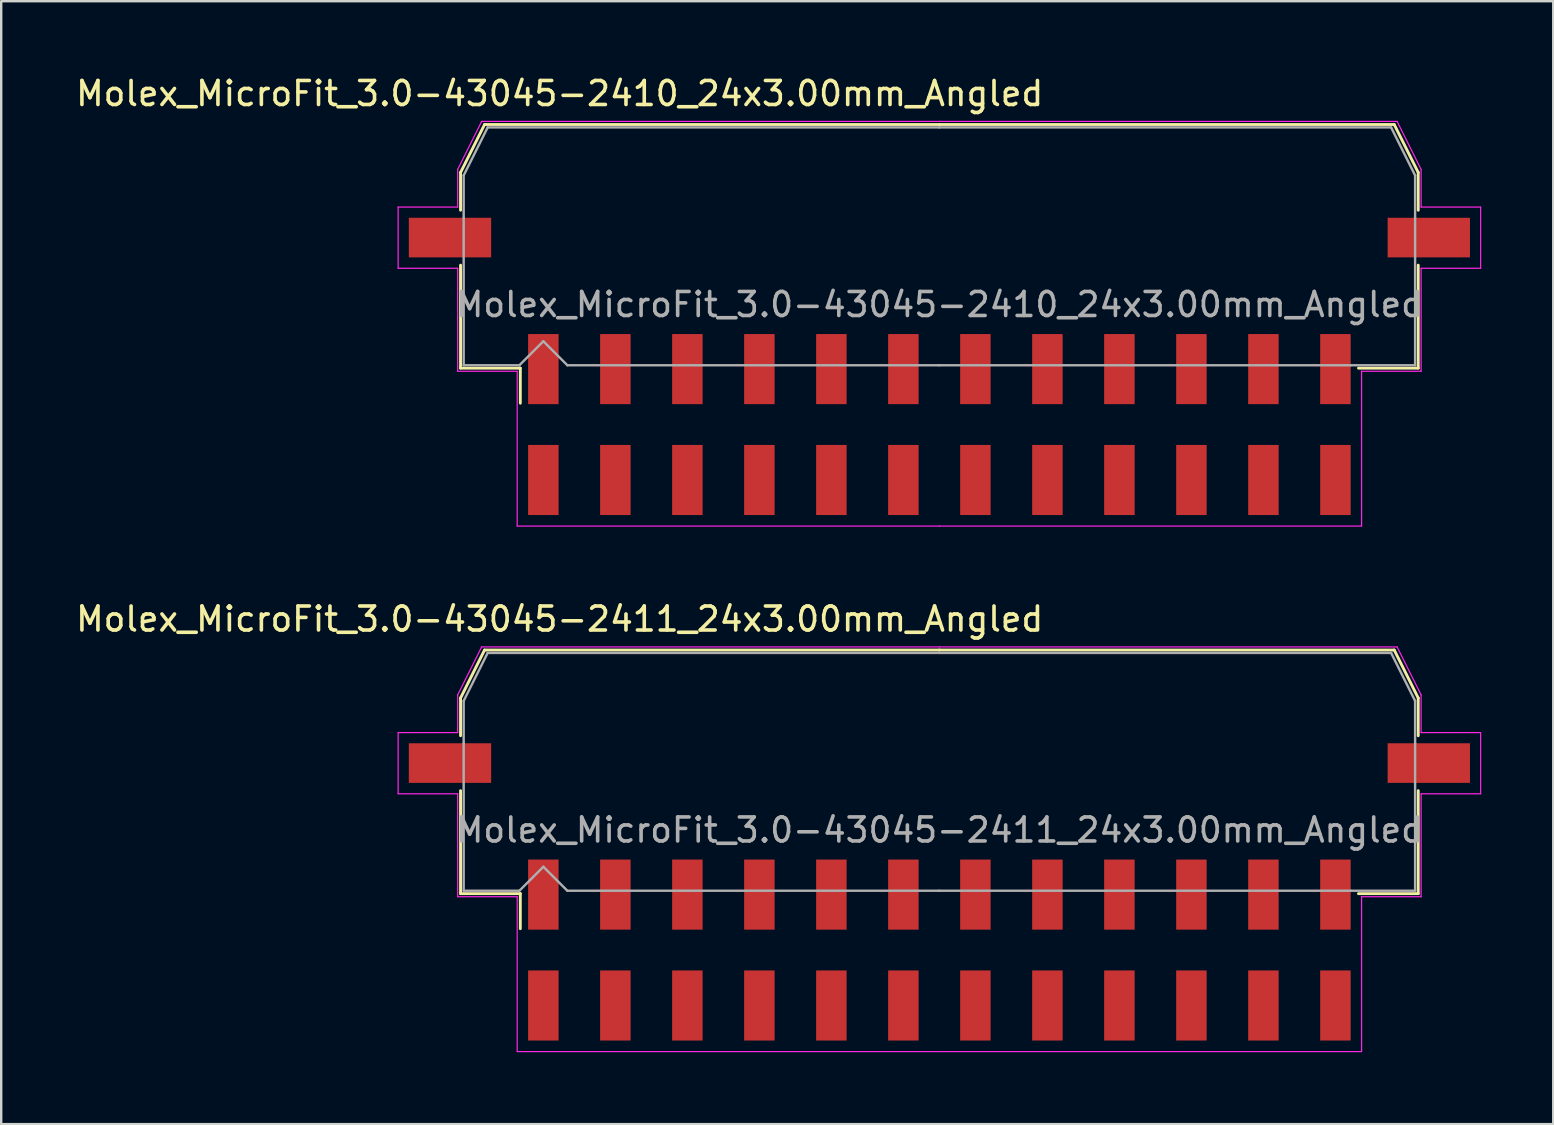
<source format=kicad_pcb>
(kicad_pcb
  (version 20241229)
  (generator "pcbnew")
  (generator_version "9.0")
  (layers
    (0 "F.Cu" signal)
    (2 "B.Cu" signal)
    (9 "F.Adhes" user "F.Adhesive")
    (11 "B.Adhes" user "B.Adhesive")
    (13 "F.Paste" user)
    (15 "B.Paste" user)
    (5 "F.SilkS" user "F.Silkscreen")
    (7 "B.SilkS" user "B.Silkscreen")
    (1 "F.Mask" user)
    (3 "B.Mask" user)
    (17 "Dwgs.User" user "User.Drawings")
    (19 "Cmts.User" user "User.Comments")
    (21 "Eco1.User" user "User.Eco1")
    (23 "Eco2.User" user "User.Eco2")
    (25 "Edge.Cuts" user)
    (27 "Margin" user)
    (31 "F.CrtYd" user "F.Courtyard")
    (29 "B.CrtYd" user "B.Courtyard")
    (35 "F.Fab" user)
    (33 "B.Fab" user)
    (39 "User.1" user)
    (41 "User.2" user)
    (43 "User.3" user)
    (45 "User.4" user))
  (footprint "Molex_MicroFit_3.0-43045-2410_24x3.00mm_Angled"
    (layer "F.Cu")
    (at 36.088 14.638)
    (property "Reference" "Molex_MicroFit_3.0-43045-2410_24x3.00mm_Angled" (at -15.82 -13.79 0) (layer "F.SilkS") (effects (font (size 1 1) (thickness 0.15))))
    (attr smd)
    (fp_line (start -19.95 -10.5) (end -19.95 -8.93) (stroke (width 0.12) (type solid)) (layer "F.SilkS"))
    (fp_line (start -19.95 -6.64) (end -19.95 -2.35) (stroke (width 0.12) (type solid)) (layer "F.SilkS"))
    (fp_line (start -19.95 -2.35) (end -17.46 -2.35) (stroke (width 0.12) (type solid)) (layer "F.SilkS"))
    (fp_line (start -18.95 -12.5) (end -19.95 -10.5) (stroke (width 0.12) (type solid)) (layer "F.SilkS"))
    (fp_line (start -17.46 -2.35) (end -17.46 -0.89) (stroke (width 0.12) (type solid)) (layer "F.SilkS"))
    (fp_line (start 0 -12.5) (end -18.95 -12.5) (stroke (width 0.12) (type solid)) (layer "F.SilkS"))
    (fp_line (start 0 -12.5) (end 18.95 -12.5) (stroke (width 0.12) (type solid)) (layer "F.SilkS"))
    (fp_line (start 18.95 -12.5) (end 19.95 -10.5) (stroke (width 0.12) (type solid)) (layer "F.SilkS"))
    (fp_line (start 19.95 -10.5) (end 19.95 -8.93) (stroke (width 0.12) (type solid)) (layer "F.SilkS"))
    (fp_line (start 19.95 -6.64) (end 19.95 -2.35) (stroke (width 0.12) (type solid)) (layer "F.SilkS"))
    (fp_line (start 19.95 -2.35) (end 17.46 -2.35) (stroke (width 0.12) (type solid)) (layer "F.SilkS"))
    (fp_line (start -22.55 -9.06) (end -22.55 -6.51) (stroke (width 0.05) (type solid)) (layer "F.CrtYd"))
    (fp_line (start -22.55 -6.51) (end -20.07 -6.51) (stroke (width 0.05) (type solid)) (layer "F.CrtYd"))
    (fp_line (start -20.07 -10.63) (end -20.07 -9.06) (stroke (width 0.05) (type solid)) (layer "F.CrtYd"))
    (fp_line (start -20.07 -9.06) (end -22.55 -9.06) (stroke (width 0.05) (type solid)) (layer "F.CrtYd"))
    (fp_line (start -20.07 -6.51) (end -20.07 -2.22) (stroke (width 0.05) (type solid)) (layer "F.CrtYd"))
    (fp_line (start -20.07 -2.22) (end -17.59 -2.22) (stroke (width 0.05) (type solid)) (layer "F.CrtYd"))
    (fp_line (start -19.07 -12.63) (end -20.07 -10.63) (stroke (width 0.05) (type solid)) (layer "F.CrtYd"))
    (fp_line (start -17.59 -2.22) (end -17.59 4.23) (stroke (width 0.05) (type solid)) (layer "F.CrtYd"))
    (fp_line (start -17.59 4.23) (end 0 4.23) (stroke (width 0.05) (type solid)) (layer "F.CrtYd"))
    (fp_line (start 0 -12.63) (end -19.07 -12.63) (stroke (width 0.05) (type solid)) (layer "F.CrtYd"))
    (fp_line (start 0 -12.63) (end 19.07 -12.63) (stroke (width 0.05) (type solid)) (layer "F.CrtYd"))
    (fp_line (start 17.59 -2.22) (end 17.59 4.23) (stroke (width 0.05) (type solid)) (layer "F.CrtYd"))
    (fp_line (start 17.59 4.23) (end 0 4.23) (stroke (width 0.05) (type solid)) (layer "F.CrtYd"))
    (fp_line (start 19.07 -12.63) (end 20.07 -10.63) (stroke (width 0.05) (type solid)) (layer "F.CrtYd"))
    (fp_line (start 20.07 -10.63) (end 20.07 -9.06) (stroke (width 0.05) (type solid)) (layer "F.CrtYd"))
    (fp_line (start 20.07 -9.06) (end 22.55 -9.06) (stroke (width 0.05) (type solid)) (layer "F.CrtYd"))
    (fp_line (start 20.07 -6.51) (end 20.07 -2.22) (stroke (width 0.05) (type solid)) (layer "F.CrtYd"))
    (fp_line (start 20.07 -2.22) (end 17.59 -2.22) (stroke (width 0.05) (type solid)) (layer "F.CrtYd"))
    (fp_line (start 22.55 -9.06) (end 22.55 -6.51) (stroke (width 0.05) (type solid)) (layer "F.CrtYd"))
    (fp_line (start 22.55 -6.51) (end 20.07 -6.51) (stroke (width 0.05) (type solid)) (layer "F.CrtYd"))
    (fp_line (start -19.82 -10.38) (end -19.82 -8.61) (stroke (width 0.1) (type solid)) (layer "F.Fab"))
    (fp_line (start -19.82 -8.61) (end -19.82 -2.47) (stroke (width 0.1) (type solid)) (layer "F.Fab"))
    (fp_line (start -19.82 -2.47) (end -17.5 -2.47) (stroke (width 0.1) (type solid)) (layer "F.Fab"))
    (fp_line (start -18.82 -12.38) (end -19.82 -10.38) (stroke (width 0.1) (type solid)) (layer "F.Fab"))
    (fp_line (start -17.5 -2.47) (end -16.5 -3.47) (stroke (width 0.1) (type solid)) (layer "F.Fab"))
    (fp_line (start -16.5 -3.47) (end -15.5 -2.47) (stroke (width 0.1) (type solid)) (layer "F.Fab"))
    (fp_line (start -15.5 -2.47) (end 0 -2.47) (stroke (width 0.1) (type solid)) (layer "F.Fab"))
    (fp_line (start 0 -12.38) (end -18.82 -12.38) (stroke (width 0.1) (type solid)) (layer "F.Fab"))
    (fp_line (start 0 -12.38) (end 18.82 -12.38) (stroke (width 0.1) (type solid)) (layer "F.Fab"))
    (fp_line (start 17.14 -2.47) (end 0 -2.47) (stroke (width 0.1) (type solid)) (layer "F.Fab"))
    (fp_line (start 18.82 -12.38) (end 19.82 -10.38) (stroke (width 0.1) (type solid)) (layer "F.Fab"))
    (fp_line (start 19.82 -10.38) (end 19.82 -8.61) (stroke (width 0.1) (type solid)) (layer "F.Fab"))
    (fp_line (start 19.82 -8.61) (end 19.82 -2.47) (stroke (width 0.1) (type solid)) (layer "F.Fab"))
    (fp_line (start 19.82 -2.47) (end 17.14 -2.47) (stroke (width 0.1) (type solid)) (layer "F.Fab"))
    (fp_text user "${REFERENCE}" (at 0 -5 0) (layer "F.Fab") (effects (font (size 1 1) (thickness 0.15))))
    (pad "" smd rect (at -20.39 -7.79) (size 3.43 1.65) (layers "F.Cu" "F.Mask" "F.Paste"))
    (pad "" smd rect (at 20.39 -7.79) (size 3.43 1.65) (layers "F.Cu" "F.Mask" "F.Paste"))
    (pad "1" smd rect (at -16.5 -2.31) (size 1.27 2.92) (layers "F.Cu" "F.Mask" "F.Paste"))
    (pad "2" smd rect (at -13.5 -2.31) (size 1.27 2.92) (layers "F.Cu" "F.Mask" "F.Paste"))
    (pad "3" smd rect (at -10.5 -2.31) (size 1.27 2.92) (layers "F.Cu" "F.Mask" "F.Paste"))
    (pad "4" smd rect (at -7.5 -2.31) (size 1.27 2.92) (layers "F.Cu" "F.Mask" "F.Paste"))
    (pad "5" smd rect (at -4.5 -2.31) (size 1.27 2.92) (layers "F.Cu" "F.Mask" "F.Paste"))
    (pad "6" smd rect (at -1.5 -2.31) (size 1.27 2.92) (layers "F.Cu" "F.Mask" "F.Paste"))
    (pad "7" smd rect (at 1.5 -2.31) (size 1.27 2.92) (layers "F.Cu" "F.Mask" "F.Paste"))
    (pad "8" smd rect (at 4.5 -2.31) (size 1.27 2.92) (layers "F.Cu" "F.Mask" "F.Paste"))
    (pad "9" smd rect (at 7.5 -2.31) (size 1.27 2.92) (layers "F.Cu" "F.Mask" "F.Paste"))
    (pad "10" smd rect (at 10.5 -2.31) (size 1.27 2.92) (layers "F.Cu" "F.Mask" "F.Paste"))
    (pad "11" smd rect (at 13.5 -2.31) (size 1.27 2.92) (layers "F.Cu" "F.Mask" "F.Paste"))
    (pad "12" smd rect (at 16.5 -2.31) (size 1.27 2.92) (layers "F.Cu" "F.Mask" "F.Paste"))
    (pad "13" smd rect (at 16.5 2.31) (size 1.27 2.92) (layers "F.Cu" "F.Mask" "F.Paste"))
    (pad "14" smd rect (at 13.5 2.31) (size 1.27 2.92) (layers "F.Cu" "F.Mask" "F.Paste"))
    (pad "15" smd rect (at 10.5 2.31) (size 1.27 2.92) (layers "F.Cu" "F.Mask" "F.Paste"))
    (pad "16" smd rect (at 7.5 2.31) (size 1.27 2.92) (layers "F.Cu" "F.Mask" "F.Paste"))
    (pad "17" smd rect (at 4.5 2.31) (size 1.27 2.92) (layers "F.Cu" "F.Mask" "F.Paste"))
    (pad "18" smd rect (at 1.5 2.31) (size 1.27 2.92) (layers "F.Cu" "F.Mask" "F.Paste"))
    (pad "19" smd rect (at -1.5 2.31) (size 1.27 2.92) (layers "F.Cu" "F.Mask" "F.Paste"))
    (pad "20" smd rect (at -4.5 2.31) (size 1.27 2.92) (layers "F.Cu" "F.Mask" "F.Paste"))
    (pad "21" smd rect (at -7.5 2.31) (size 1.27 2.92) (layers "F.Cu" "F.Mask" "F.Paste"))
    (pad "22" smd rect (at -10.5 2.31) (size 1.27 2.92) (layers "F.Cu" "F.Mask" "F.Paste"))
    (pad "23" smd rect (at -13.5 2.31) (size 1.27 2.92) (layers "F.Cu" "F.Mask" "F.Paste"))
    (pad "24" smd rect (at -16.5 2.31) (size 1.27 2.92) (layers "F.Cu" "F.Mask" "F.Paste")))
  (footprint "Molex_MicroFit_3.0-43045-2411_24x3.00mm_Angled"
    (layer "F.Cu")
    (at 36.088 36.532)
    (property "Reference" "Molex_MicroFit_3.0-43045-2411_24x3.00mm_Angled" (at -15.82 -13.79 0) (layer "F.SilkS") (effects (font (size 1 1) (thickness 0.15))))
    (attr smd)
    (fp_line (start -19.95 -10.5) (end -19.95 -8.93) (stroke (width 0.12) (type solid)) (layer "F.SilkS"))
    (fp_line (start -19.95 -6.64) (end -19.95 -2.35) (stroke (width 0.12) (type solid)) (layer "F.SilkS"))
    (fp_line (start -19.95 -2.35) (end -17.46 -2.35) (stroke (width 0.12) (type solid)) (layer "F.SilkS"))
    (fp_line (start -18.95 -12.5) (end -19.95 -10.5) (stroke (width 0.12) (type solid)) (layer "F.SilkS"))
    (fp_line (start -17.46 -2.35) (end -17.46 -0.89) (stroke (width 0.12) (type solid)) (layer "F.SilkS"))
    (fp_line (start 0 -12.5) (end -18.95 -12.5) (stroke (width 0.12) (type solid)) (layer "F.SilkS"))
    (fp_line (start 0 -12.5) (end 18.95 -12.5) (stroke (width 0.12) (type solid)) (layer "F.SilkS"))
    (fp_line (start 18.95 -12.5) (end 19.95 -10.5) (stroke (width 0.12) (type solid)) (layer "F.SilkS"))
    (fp_line (start 19.95 -10.5) (end 19.95 -8.93) (stroke (width 0.12) (type solid)) (layer "F.SilkS"))
    (fp_line (start 19.95 -6.64) (end 19.95 -2.35) (stroke (width 0.12) (type solid)) (layer "F.SilkS"))
    (fp_line (start 19.95 -2.35) (end 17.46 -2.35) (stroke (width 0.12) (type solid)) (layer "F.SilkS"))
    (fp_line (start -22.55 -9.06) (end -22.55 -6.51) (stroke (width 0.05) (type solid)) (layer "F.CrtYd"))
    (fp_line (start -22.55 -6.51) (end -20.07 -6.51) (stroke (width 0.05) (type solid)) (layer "F.CrtYd"))
    (fp_line (start -20.07 -10.63) (end -20.07 -9.06) (stroke (width 0.05) (type solid)) (layer "F.CrtYd"))
    (fp_line (start -20.07 -9.06) (end -22.55 -9.06) (stroke (width 0.05) (type solid)) (layer "F.CrtYd"))
    (fp_line (start -20.07 -6.51) (end -20.07 -2.22) (stroke (width 0.05) (type solid)) (layer "F.CrtYd"))
    (fp_line (start -20.07 -2.22) (end -17.59 -2.22) (stroke (width 0.05) (type solid)) (layer "F.CrtYd"))
    (fp_line (start -19.07 -12.63) (end -20.07 -10.63) (stroke (width 0.05) (type solid)) (layer "F.CrtYd"))
    (fp_line (start -17.59 -2.22) (end -17.59 4.23) (stroke (width 0.05) (type solid)) (layer "F.CrtYd"))
    (fp_line (start -17.59 4.23) (end 0 4.23) (stroke (width 0.05) (type solid)) (layer "F.CrtYd"))
    (fp_line (start 0 -12.63) (end -19.07 -12.63) (stroke (width 0.05) (type solid)) (layer "F.CrtYd"))
    (fp_line (start 0 -12.63) (end 19.07 -12.63) (stroke (width 0.05) (type solid)) (layer "F.CrtYd"))
    (fp_line (start 17.59 -2.22) (end 17.59 4.23) (stroke (width 0.05) (type solid)) (layer "F.CrtYd"))
    (fp_line (start 17.59 4.23) (end 0 4.23) (stroke (width 0.05) (type solid)) (layer "F.CrtYd"))
    (fp_line (start 19.07 -12.63) (end 20.07 -10.63) (stroke (width 0.05) (type solid)) (layer "F.CrtYd"))
    (fp_line (start 20.07 -10.63) (end 20.07 -9.06) (stroke (width 0.05) (type solid)) (layer "F.CrtYd"))
    (fp_line (start 20.07 -9.06) (end 22.55 -9.06) (stroke (width 0.05) (type solid)) (layer "F.CrtYd"))
    (fp_line (start 20.07 -6.51) (end 20.07 -2.22) (stroke (width 0.05) (type solid)) (layer "F.CrtYd"))
    (fp_line (start 20.07 -2.22) (end 17.59 -2.22) (stroke (width 0.05) (type solid)) (layer "F.CrtYd"))
    (fp_line (start 22.55 -9.06) (end 22.55 -6.51) (stroke (width 0.05) (type solid)) (layer "F.CrtYd"))
    (fp_line (start 22.55 -6.51) (end 20.07 -6.51) (stroke (width 0.05) (type solid)) (layer "F.CrtYd"))
    (fp_line (start -19.82 -10.38) (end -19.82 -8.61) (stroke (width 0.1) (type solid)) (layer "F.Fab"))
    (fp_line (start -19.82 -8.61) (end -19.82 -2.47) (stroke (width 0.1) (type solid)) (layer "F.Fab"))
    (fp_line (start -19.82 -2.47) (end -17.5 -2.47) (stroke (width 0.1) (type solid)) (layer "F.Fab"))
    (fp_line (start -18.82 -12.38) (end -19.82 -10.38) (stroke (width 0.1) (type solid)) (layer "F.Fab"))
    (fp_line (start -17.5 -2.47) (end -16.5 -3.47) (stroke (width 0.1) (type solid)) (layer "F.Fab"))
    (fp_line (start -16.5 -3.47) (end -15.5 -2.47) (stroke (width 0.1) (type solid)) (layer "F.Fab"))
    (fp_line (start -15.5 -2.47) (end 0 -2.47) (stroke (width 0.1) (type solid)) (layer "F.Fab"))
    (fp_line (start 0 -12.38) (end -18.82 -12.38) (stroke (width 0.1) (type solid)) (layer "F.Fab"))
    (fp_line (start 0 -12.38) (end 18.82 -12.38) (stroke (width 0.1) (type solid)) (layer "F.Fab"))
    (fp_line (start 17.14 -2.47) (end 0 -2.47) (stroke (width 0.1) (type solid)) (layer "F.Fab"))
    (fp_line (start 18.82 -12.38) (end 19.82 -10.38) (stroke (width 0.1) (type solid)) (layer "F.Fab"))
    (fp_line (start 19.82 -10.38) (end 19.82 -8.61) (stroke (width 0.1) (type solid)) (layer "F.Fab"))
    (fp_line (start 19.82 -8.61) (end 19.82 -2.47) (stroke (width 0.1) (type solid)) (layer "F.Fab"))
    (fp_line (start 19.82 -2.47) (end 17.14 -2.47) (stroke (width 0.1) (type solid)) (layer "F.Fab"))
    (fp_text user "${REFERENCE}" (at 0 -5 0) (layer "F.Fab") (effects (font (size 1 1) (thickness 0.15))))
    (pad "" smd rect (at -20.39 -7.79) (size 3.43 1.65) (layers "F.Cu" "F.Mask" "F.Paste"))
    (pad "" smd rect (at 20.39 -7.79) (size 3.43 1.65) (layers "F.Cu" "F.Mask" "F.Paste"))
    (pad "1" smd rect (at -16.5 -2.31) (size 1.27 2.92) (layers "F.Cu" "F.Mask" "F.Paste"))
    (pad "2" smd rect (at -13.5 -2.31) (size 1.27 2.92) (layers "F.Cu" "F.Mask" "F.Paste"))
    (pad "3" smd rect (at -10.5 -2.31) (size 1.27 2.92) (layers "F.Cu" "F.Mask" "F.Paste"))
    (pad "4" smd rect (at -7.5 -2.31) (size 1.27 2.92) (layers "F.Cu" "F.Mask" "F.Paste"))
    (pad "5" smd rect (at -4.5 -2.31) (size 1.27 2.92) (layers "F.Cu" "F.Mask" "F.Paste"))
    (pad "6" smd rect (at -1.5 -2.31) (size 1.27 2.92) (layers "F.Cu" "F.Mask" "F.Paste"))
    (pad "7" smd rect (at 1.5 -2.31) (size 1.27 2.92) (layers "F.Cu" "F.Mask" "F.Paste"))
    (pad "8" smd rect (at 4.5 -2.31) (size 1.27 2.92) (layers "F.Cu" "F.Mask" "F.Paste"))
    (pad "9" smd rect (at 7.5 -2.31) (size 1.27 2.92) (layers "F.Cu" "F.Mask" "F.Paste"))
    (pad "10" smd rect (at 10.5 -2.31) (size 1.27 2.92) (layers "F.Cu" "F.Mask" "F.Paste"))
    (pad "11" smd rect (at 13.5 -2.31) (size 1.27 2.92) (layers "F.Cu" "F.Mask" "F.Paste"))
    (pad "12" smd rect (at 16.5 -2.31) (size 1.27 2.92) (layers "F.Cu" "F.Mask" "F.Paste"))
    (pad "13" smd rect (at 16.5 2.31) (size 1.27 2.92) (layers "F.Cu" "F.Mask" "F.Paste"))
    (pad "14" smd rect (at 13.5 2.31) (size 1.27 2.92) (layers "F.Cu" "F.Mask" "F.Paste"))
    (pad "15" smd rect (at 10.5 2.31) (size 1.27 2.92) (layers "F.Cu" "F.Mask" "F.Paste"))
    (pad "16" smd rect (at 7.5 2.31) (size 1.27 2.92) (layers "F.Cu" "F.Mask" "F.Paste"))
    (pad "17" smd rect (at 4.5 2.31) (size 1.27 2.92) (layers "F.Cu" "F.Mask" "F.Paste"))
    (pad "18" smd rect (at 1.5 2.31) (size 1.27 2.92) (layers "F.Cu" "F.Mask" "F.Paste"))
    (pad "19" smd rect (at -1.5 2.31) (size 1.27 2.92) (layers "F.Cu" "F.Mask" "F.Paste"))
    (pad "20" smd rect (at -4.5 2.31) (size 1.27 2.92) (layers "F.Cu" "F.Mask" "F.Paste"))
    (pad "21" smd rect (at -7.5 2.31) (size 1.27 2.92) (layers "F.Cu" "F.Mask" "F.Paste"))
    (pad "22" smd rect (at -10.5 2.31) (size 1.27 2.92) (layers "F.Cu" "F.Mask" "F.Paste"))
    (pad "23" smd rect (at -13.5 2.31) (size 1.27 2.92) (layers "F.Cu" "F.Mask" "F.Paste"))
    (pad "24" smd rect (at -16.5 2.31) (size 1.27 2.92) (layers "F.Cu" "F.Mask" "F.Paste")))
  (gr_rect
    (start -3 -3)
    (end 61.663 43.786)
    (stroke (width 0.1) (type default))
    (fill no)
    (layer "Edge.Cuts")))
</source>
